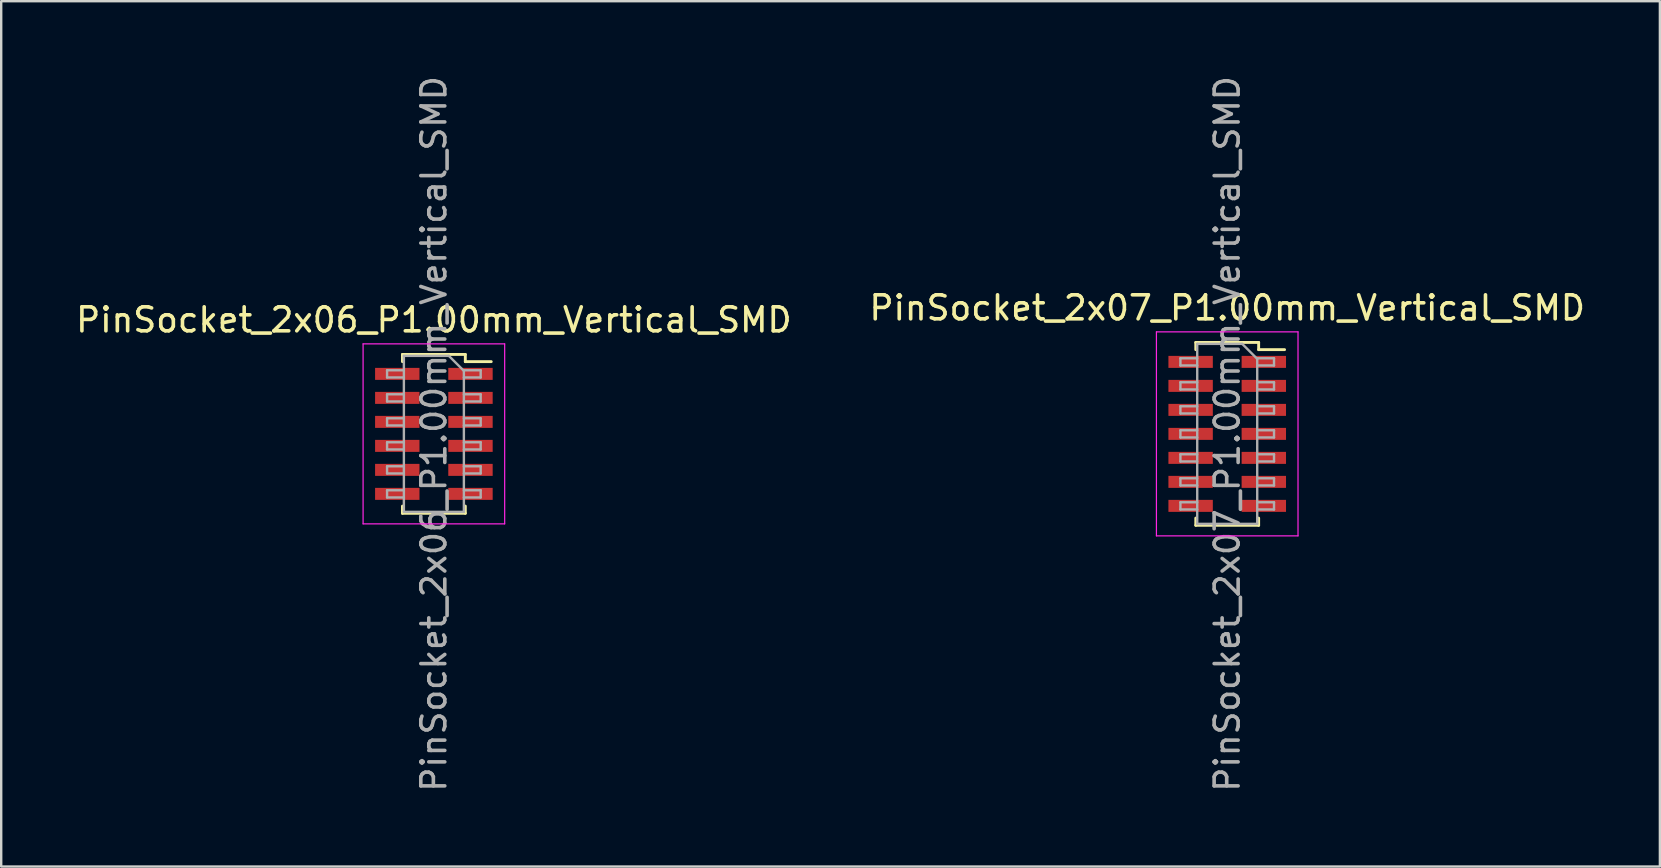
<source format=kicad_pcb>
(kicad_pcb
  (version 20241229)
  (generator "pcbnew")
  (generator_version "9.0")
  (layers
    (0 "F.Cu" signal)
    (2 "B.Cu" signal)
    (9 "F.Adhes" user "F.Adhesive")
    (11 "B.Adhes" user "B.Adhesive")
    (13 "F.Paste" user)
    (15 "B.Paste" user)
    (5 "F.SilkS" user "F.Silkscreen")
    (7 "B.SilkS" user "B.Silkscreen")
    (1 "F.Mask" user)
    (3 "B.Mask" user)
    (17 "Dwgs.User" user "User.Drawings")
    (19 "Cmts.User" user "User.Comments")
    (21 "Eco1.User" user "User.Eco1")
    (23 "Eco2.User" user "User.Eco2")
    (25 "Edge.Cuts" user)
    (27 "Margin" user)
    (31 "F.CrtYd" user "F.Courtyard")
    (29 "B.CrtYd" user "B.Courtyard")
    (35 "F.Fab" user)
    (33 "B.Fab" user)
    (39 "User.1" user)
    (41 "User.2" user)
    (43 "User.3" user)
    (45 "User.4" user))
  (footprint "PinSocket_2x07_P1.00mm_Vertical_SMD"
    (layer "F.Cu")
    (at 48.089 15.03)
    (property "Reference" "PinSocket_2x07_P1.00mm_Vertical_SMD" (at 0 -5.25 0) (layer "F.SilkS") (effects (font (size 1 1) (thickness 0.15))))
    (attr smd)
    (fp_line (start -1.31 -3.81) (end -1.31 -3.51) (stroke (width 0.12) (type solid)) (layer "F.SilkS"))
    (fp_line (start -1.31 -3.81) (end 1.31 -3.81) (stroke (width 0.12) (type solid)) (layer "F.SilkS"))
    (fp_line (start -1.31 3.51) (end -1.31 3.81) (stroke (width 0.12) (type solid)) (layer "F.SilkS"))
    (fp_line (start -1.31 3.81) (end 1.31 3.81) (stroke (width 0.12) (type solid)) (layer "F.SilkS"))
    (fp_line (start 1.31 -3.81) (end 1.31 -3.51) (stroke (width 0.12) (type solid)) (layer "F.SilkS"))
    (fp_line (start 1.31 -3.51) (end 2.39 -3.51) (stroke (width 0.12) (type solid)) (layer "F.SilkS"))
    (fp_line (start 1.31 3.51) (end 1.31 3.81) (stroke (width 0.12) (type solid)) (layer "F.SilkS"))
    (fp_line (start -2.95 -4.25) (end 2.95 -4.25) (stroke (width 0.05) (type solid)) (layer "F.CrtYd"))
    (fp_line (start -2.95 4.25) (end -2.95 -4.25) (stroke (width 0.05) (type solid)) (layer "F.CrtYd"))
    (fp_line (start 2.95 -4.25) (end 2.95 4.25) (stroke (width 0.05) (type solid)) (layer "F.CrtYd"))
    (fp_line (start 2.95 4.25) (end -2.95 4.25) (stroke (width 0.05) (type solid)) (layer "F.CrtYd"))
    (fp_line (start -1.95 -3.15) (end -1.25 -3.15) (stroke (width 0.1) (type solid)) (layer "F.Fab"))
    (fp_line (start -1.95 -2.85) (end -1.95 -3.15) (stroke (width 0.1) (type solid)) (layer "F.Fab"))
    (fp_line (start -1.95 -2.15) (end -1.25 -2.15) (stroke (width 0.1) (type solid)) (layer "F.Fab"))
    (fp_line (start -1.95 -1.85) (end -1.95 -2.15) (stroke (width 0.1) (type solid)) (layer "F.Fab"))
    (fp_line (start -1.95 -1.15) (end -1.25 -1.15) (stroke (width 0.1) (type solid)) (layer "F.Fab"))
    (fp_line (start -1.95 -0.85) (end -1.95 -1.15) (stroke (width 0.1) (type solid)) (layer "F.Fab"))
    (fp_line (start -1.95 -0.15) (end -1.25 -0.15) (stroke (width 0.1) (type solid)) (layer "F.Fab"))
    (fp_line (start -1.95 0.15) (end -1.95 -0.15) (stroke (width 0.1) (type solid)) (layer "F.Fab"))
    (fp_line (start -1.95 0.85) (end -1.25 0.85) (stroke (width 0.1) (type solid)) (layer "F.Fab"))
    (fp_line (start -1.95 1.15) (end -1.95 0.85) (stroke (width 0.1) (type solid)) (layer "F.Fab"))
    (fp_line (start -1.95 1.85) (end -1.25 1.85) (stroke (width 0.1) (type solid)) (layer "F.Fab"))
    (fp_line (start -1.95 2.15) (end -1.95 1.85) (stroke (width 0.1) (type solid)) (layer "F.Fab"))
    (fp_line (start -1.95 2.85) (end -1.25 2.85) (stroke (width 0.1) (type solid)) (layer "F.Fab"))
    (fp_line (start -1.95 3.15) (end -1.95 2.85) (stroke (width 0.1) (type solid)) (layer "F.Fab"))
    (fp_line (start -1.25 -3.75) (end 0.625 -3.75) (stroke (width 0.1) (type solid)) (layer "F.Fab"))
    (fp_line (start -1.25 -2.85) (end -1.95 -2.85) (stroke (width 0.1) (type solid)) (layer "F.Fab"))
    (fp_line (start -1.25 -1.85) (end -1.95 -1.85) (stroke (width 0.1) (type solid)) (layer "F.Fab"))
    (fp_line (start -1.25 -0.85) (end -1.95 -0.85) (stroke (width 0.1) (type solid)) (layer "F.Fab"))
    (fp_line (start -1.25 0.15) (end -1.95 0.15) (stroke (width 0.1) (type solid)) (layer "F.Fab"))
    (fp_line (start -1.25 1.15) (end -1.95 1.15) (stroke (width 0.1) (type solid)) (layer "F.Fab"))
    (fp_line (start -1.25 2.15) (end -1.95 2.15) (stroke (width 0.1) (type solid)) (layer "F.Fab"))
    (fp_line (start -1.25 3.15) (end -1.95 3.15) (stroke (width 0.1) (type solid)) (layer "F.Fab"))
    (fp_line (start -1.25 3.75) (end -1.25 -3.75) (stroke (width 0.1) (type solid)) (layer "F.Fab"))
    (fp_line (start 0.625 -3.75) (end 1.25 -3.125) (stroke (width 0.1) (type solid)) (layer "F.Fab"))
    (fp_line (start 1.25 -3.15) (end 1.95 -3.15) (stroke (width 0.1) (type solid)) (layer "F.Fab"))
    (fp_line (start 1.25 -3.125) (end 1.25 3.75) (stroke (width 0.1) (type solid)) (layer "F.Fab"))
    (fp_line (start 1.25 -2.15) (end 1.95 -2.15) (stroke (width 0.1) (type solid)) (layer "F.Fab"))
    (fp_line (start 1.25 -1.15) (end 1.95 -1.15) (stroke (width 0.1) (type solid)) (layer "F.Fab"))
    (fp_line (start 1.25 -0.15) (end 1.95 -0.15) (stroke (width 0.1) (type solid)) (layer "F.Fab"))
    (fp_line (start 1.25 0.85) (end 1.95 0.85) (stroke (width 0.1) (type solid)) (layer "F.Fab"))
    (fp_line (start 1.25 1.85) (end 1.95 1.85) (stroke (width 0.1) (type solid)) (layer "F.Fab"))
    (fp_line (start 1.25 2.85) (end 1.95 2.85) (stroke (width 0.1) (type solid)) (layer "F.Fab"))
    (fp_line (start 1.25 3.75) (end -1.25 3.75) (stroke (width 0.1) (type solid)) (layer "F.Fab"))
    (fp_line (start 1.95 -3.15) (end 1.95 -2.85) (stroke (width 0.1) (type solid)) (layer "F.Fab"))
    (fp_line (start 1.95 -2.85) (end 1.25 -2.85) (stroke (width 0.1) (type solid)) (layer "F.Fab"))
    (fp_line (start 1.95 -2.15) (end 1.95 -1.85) (stroke (width 0.1) (type solid)) (layer "F.Fab"))
    (fp_line (start 1.95 -1.85) (end 1.25 -1.85) (stroke (width 0.1) (type solid)) (layer "F.Fab"))
    (fp_line (start 1.95 -1.15) (end 1.95 -0.85) (stroke (width 0.1) (type solid)) (layer "F.Fab"))
    (fp_line (start 1.95 -0.85) (end 1.25 -0.85) (stroke (width 0.1) (type solid)) (layer "F.Fab"))
    (fp_line (start 1.95 -0.15) (end 1.95 0.15) (stroke (width 0.1) (type solid)) (layer "F.Fab"))
    (fp_line (start 1.95 0.15) (end 1.25 0.15) (stroke (width 0.1) (type solid)) (layer "F.Fab"))
    (fp_line (start 1.95 0.85) (end 1.95 1.15) (stroke (width 0.1) (type solid)) (layer "F.Fab"))
    (fp_line (start 1.95 1.15) (end 1.25 1.15) (stroke (width 0.1) (type solid)) (layer "F.Fab"))
    (fp_line (start 1.95 1.85) (end 1.95 2.15) (stroke (width 0.1) (type solid)) (layer "F.Fab"))
    (fp_line (start 1.95 2.15) (end 1.25 2.15) (stroke (width 0.1) (type solid)) (layer "F.Fab"))
    (fp_line (start 1.95 2.85) (end 1.95 3.15) (stroke (width 0.1) (type solid)) (layer "F.Fab"))
    (fp_line (start 1.95 3.15) (end 1.25 3.15) (stroke (width 0.1) (type solid)) (layer "F.Fab"))
    (fp_text user "${REFERENCE}" (at 0 0 90) (layer "F.Fab") (effects (font (size 1 1) (thickness 0.15))))
    (pad "1" smd rect (at 1.525 -3) (size 1.85 0.5) (layers "F.Cu" "F.Mask" "F.Paste"))
    (pad "2" smd rect (at -1.525 -3) (size 1.85 0.5) (layers "F.Cu" "F.Mask" "F.Paste"))
    (pad "3" smd rect (at 1.525 -2) (size 1.85 0.5) (layers "F.Cu" "F.Mask" "F.Paste"))
    (pad "4" smd rect (at -1.525 -2) (size 1.85 0.5) (layers "F.Cu" "F.Mask" "F.Paste"))
    (pad "5" smd rect (at 1.525 -1) (size 1.85 0.5) (layers "F.Cu" "F.Mask" "F.Paste"))
    (pad "6" smd rect (at -1.525 -1) (size 1.85 0.5) (layers "F.Cu" "F.Mask" "F.Paste"))
    (pad "7" smd rect (at 1.525 0) (size 1.85 0.5) (layers "F.Cu" "F.Mask" "F.Paste"))
    (pad "8" smd rect (at -1.525 0) (size 1.85 0.5) (layers "F.Cu" "F.Mask" "F.Paste"))
    (pad "9" smd rect (at 1.525 1) (size 1.85 0.5) (layers "F.Cu" "F.Mask" "F.Paste"))
    (pad "10" smd rect (at -1.525 1) (size 1.85 0.5) (layers "F.Cu" "F.Mask" "F.Paste"))
    (pad "11" smd rect (at 1.525 2) (size 1.85 0.5) (layers "F.Cu" "F.Mask" "F.Paste"))
    (pad "12" smd rect (at -1.525 2) (size 1.85 0.5) (layers "F.Cu" "F.Mask" "F.Paste"))
    (pad "13" smd rect (at 1.525 3) (size 1.85 0.5) (layers "F.Cu" "F.Mask" "F.Paste"))
    (pad "14" smd rect (at -1.525 3) (size 1.85 0.5) (layers "F.Cu" "F.Mask" "F.Paste")))
  (footprint "PinSocket_2x06_P1.00mm_Vertical_SMD"
    (layer "F.Cu")
    (at 15.03 15.03)
    (property "Reference" "PinSocket_2x06_P1.00mm_Vertical_SMD" (at 0 -4.75 0) (layer "F.SilkS") (effects (font (size 1 1) (thickness 0.15))))
    (attr smd)
    (fp_line (start -1.31 -3.31) (end -1.31 -3.01) (stroke (width 0.12) (type solid)) (layer "F.SilkS"))
    (fp_line (start -1.31 -3.31) (end 1.31 -3.31) (stroke (width 0.12) (type solid)) (layer "F.SilkS"))
    (fp_line (start -1.31 3.01) (end -1.31 3.31) (stroke (width 0.12) (type solid)) (layer "F.SilkS"))
    (fp_line (start -1.31 3.31) (end 1.31 3.31) (stroke (width 0.12) (type solid)) (layer "F.SilkS"))
    (fp_line (start 1.31 -3.31) (end 1.31 -3.01) (stroke (width 0.12) (type solid)) (layer "F.SilkS"))
    (fp_line (start 1.31 -3.01) (end 2.39 -3.01) (stroke (width 0.12) (type solid)) (layer "F.SilkS"))
    (fp_line (start 1.31 3.01) (end 1.31 3.31) (stroke (width 0.12) (type solid)) (layer "F.SilkS"))
    (fp_line (start -2.95 -3.75) (end 2.95 -3.75) (stroke (width 0.05) (type solid)) (layer "F.CrtYd"))
    (fp_line (start -2.95 3.75) (end -2.95 -3.75) (stroke (width 0.05) (type solid)) (layer "F.CrtYd"))
    (fp_line (start 2.95 -3.75) (end 2.95 3.75) (stroke (width 0.05) (type solid)) (layer "F.CrtYd"))
    (fp_line (start 2.95 3.75) (end -2.95 3.75) (stroke (width 0.05) (type solid)) (layer "F.CrtYd"))
    (fp_line (start -1.95 -2.65) (end -1.25 -2.65) (stroke (width 0.1) (type solid)) (layer "F.Fab"))
    (fp_line (start -1.95 -2.35) (end -1.95 -2.65) (stroke (width 0.1) (type solid)) (layer "F.Fab"))
    (fp_line (start -1.95 -1.65) (end -1.25 -1.65) (stroke (width 0.1) (type solid)) (layer "F.Fab"))
    (fp_line (start -1.95 -1.35) (end -1.95 -1.65) (stroke (width 0.1) (type solid)) (layer "F.Fab"))
    (fp_line (start -1.95 -0.65) (end -1.25 -0.65) (stroke (width 0.1) (type solid)) (layer "F.Fab"))
    (fp_line (start -1.95 -0.35) (end -1.95 -0.65) (stroke (width 0.1) (type solid)) (layer "F.Fab"))
    (fp_line (start -1.95 0.35) (end -1.25 0.35) (stroke (width 0.1) (type solid)) (layer "F.Fab"))
    (fp_line (start -1.95 0.65) (end -1.95 0.35) (stroke (width 0.1) (type solid)) (layer "F.Fab"))
    (fp_line (start -1.95 1.35) (end -1.25 1.35) (stroke (width 0.1) (type solid)) (layer "F.Fab"))
    (fp_line (start -1.95 1.65) (end -1.95 1.35) (stroke (width 0.1) (type solid)) (layer "F.Fab"))
    (fp_line (start -1.95 2.35) (end -1.25 2.35) (stroke (width 0.1) (type solid)) (layer "F.Fab"))
    (fp_line (start -1.95 2.65) (end -1.95 2.35) (stroke (width 0.1) (type solid)) (layer "F.Fab"))
    (fp_line (start -1.25 -3.25) (end 0.625 -3.25) (stroke (width 0.1) (type solid)) (layer "F.Fab"))
    (fp_line (start -1.25 -2.35) (end -1.95 -2.35) (stroke (width 0.1) (type solid)) (layer "F.Fab"))
    (fp_line (start -1.25 -1.35) (end -1.95 -1.35) (stroke (width 0.1) (type solid)) (layer "F.Fab"))
    (fp_line (start -1.25 -0.35) (end -1.95 -0.35) (stroke (width 0.1) (type solid)) (layer "F.Fab"))
    (fp_line (start -1.25 0.65) (end -1.95 0.65) (stroke (width 0.1) (type solid)) (layer "F.Fab"))
    (fp_line (start -1.25 1.65) (end -1.95 1.65) (stroke (width 0.1) (type solid)) (layer "F.Fab"))
    (fp_line (start -1.25 2.65) (end -1.95 2.65) (stroke (width 0.1) (type solid)) (layer "F.Fab"))
    (fp_line (start -1.25 3.25) (end -1.25 -3.25) (stroke (width 0.1) (type solid)) (layer "F.Fab"))
    (fp_line (start 0.625 -3.25) (end 1.25 -2.625) (stroke (width 0.1) (type solid)) (layer "F.Fab"))
    (fp_line (start 1.25 -2.65) (end 1.95 -2.65) (stroke (width 0.1) (type solid)) (layer "F.Fab"))
    (fp_line (start 1.25 -2.625) (end 1.25 3.25) (stroke (width 0.1) (type solid)) (layer "F.Fab"))
    (fp_line (start 1.25 -1.65) (end 1.95 -1.65) (stroke (width 0.1) (type solid)) (layer "F.Fab"))
    (fp_line (start 1.25 -0.65) (end 1.95 -0.65) (stroke (width 0.1) (type solid)) (layer "F.Fab"))
    (fp_line (start 1.25 0.35) (end 1.95 0.35) (stroke (width 0.1) (type solid)) (layer "F.Fab"))
    (fp_line (start 1.25 1.35) (end 1.95 1.35) (stroke (width 0.1) (type solid)) (layer "F.Fab"))
    (fp_line (start 1.25 2.35) (end 1.95 2.35) (stroke (width 0.1) (type solid)) (layer "F.Fab"))
    (fp_line (start 1.25 3.25) (end -1.25 3.25) (stroke (width 0.1) (type solid)) (layer "F.Fab"))
    (fp_line (start 1.95 -2.65) (end 1.95 -2.35) (stroke (width 0.1) (type solid)) (layer "F.Fab"))
    (fp_line (start 1.95 -2.35) (end 1.25 -2.35) (stroke (width 0.1) (type solid)) (layer "F.Fab"))
    (fp_line (start 1.95 -1.65) (end 1.95 -1.35) (stroke (width 0.1) (type solid)) (layer "F.Fab"))
    (fp_line (start 1.95 -1.35) (end 1.25 -1.35) (stroke (width 0.1) (type solid)) (layer "F.Fab"))
    (fp_line (start 1.95 -0.65) (end 1.95 -0.35) (stroke (width 0.1) (type solid)) (layer "F.Fab"))
    (fp_line (start 1.95 -0.35) (end 1.25 -0.35) (stroke (width 0.1) (type solid)) (layer "F.Fab"))
    (fp_line (start 1.95 0.35) (end 1.95 0.65) (stroke (width 0.1) (type solid)) (layer "F.Fab"))
    (fp_line (start 1.95 0.65) (end 1.25 0.65) (stroke (width 0.1) (type solid)) (layer "F.Fab"))
    (fp_line (start 1.95 1.35) (end 1.95 1.65) (stroke (width 0.1) (type solid)) (layer "F.Fab"))
    (fp_line (start 1.95 1.65) (end 1.25 1.65) (stroke (width 0.1) (type solid)) (layer "F.Fab"))
    (fp_line (start 1.95 2.35) (end 1.95 2.65) (stroke (width 0.1) (type solid)) (layer "F.Fab"))
    (fp_line (start 1.95 2.65) (end 1.25 2.65) (stroke (width 0.1) (type solid)) (layer "F.Fab"))
    (fp_text user "${REFERENCE}" (at 0 0 90) (layer "F.Fab") (effects (font (size 1 1) (thickness 0.15))))
    (pad "1" smd rect (at 1.525 -2.5) (size 1.85 0.5) (layers "F.Cu" "F.Mask" "F.Paste"))
    (pad "2" smd rect (at -1.525 -2.5) (size 1.85 0.5) (layers "F.Cu" "F.Mask" "F.Paste"))
    (pad "3" smd rect (at 1.525 -1.5) (size 1.85 0.5) (layers "F.Cu" "F.Mask" "F.Paste"))
    (pad "4" smd rect (at -1.525 -1.5) (size 1.85 0.5) (layers "F.Cu" "F.Mask" "F.Paste"))
    (pad "5" smd rect (at 1.525 -0.5) (size 1.85 0.5) (layers "F.Cu" "F.Mask" "F.Paste"))
    (pad "6" smd rect (at -1.525 -0.5) (size 1.85 0.5) (layers "F.Cu" "F.Mask" "F.Paste"))
    (pad "7" smd rect (at 1.525 0.5) (size 1.85 0.5) (layers "F.Cu" "F.Mask" "F.Paste"))
    (pad "8" smd rect (at -1.525 0.5) (size 1.85 0.5) (layers "F.Cu" "F.Mask" "F.Paste"))
    (pad "9" smd rect (at 1.525 1.5) (size 1.85 0.5) (layers "F.Cu" "F.Mask" "F.Paste"))
    (pad "10" smd rect (at -1.525 1.5) (size 1.85 0.5) (layers "F.Cu" "F.Mask" "F.Paste"))
    (pad "11" smd rect (at 1.525 2.5) (size 1.85 0.5) (layers "F.Cu" "F.Mask" "F.Paste"))
    (pad "12" smd rect (at -1.525 2.5) (size 1.85 0.5) (layers "F.Cu" "F.Mask" "F.Paste")))
  (gr_rect
    (start -3 -3)
    (end 66.119 33.06)
    (stroke (width 0.1) (type default))
    (fill no)
    (layer "Edge.Cuts")))
</source>
